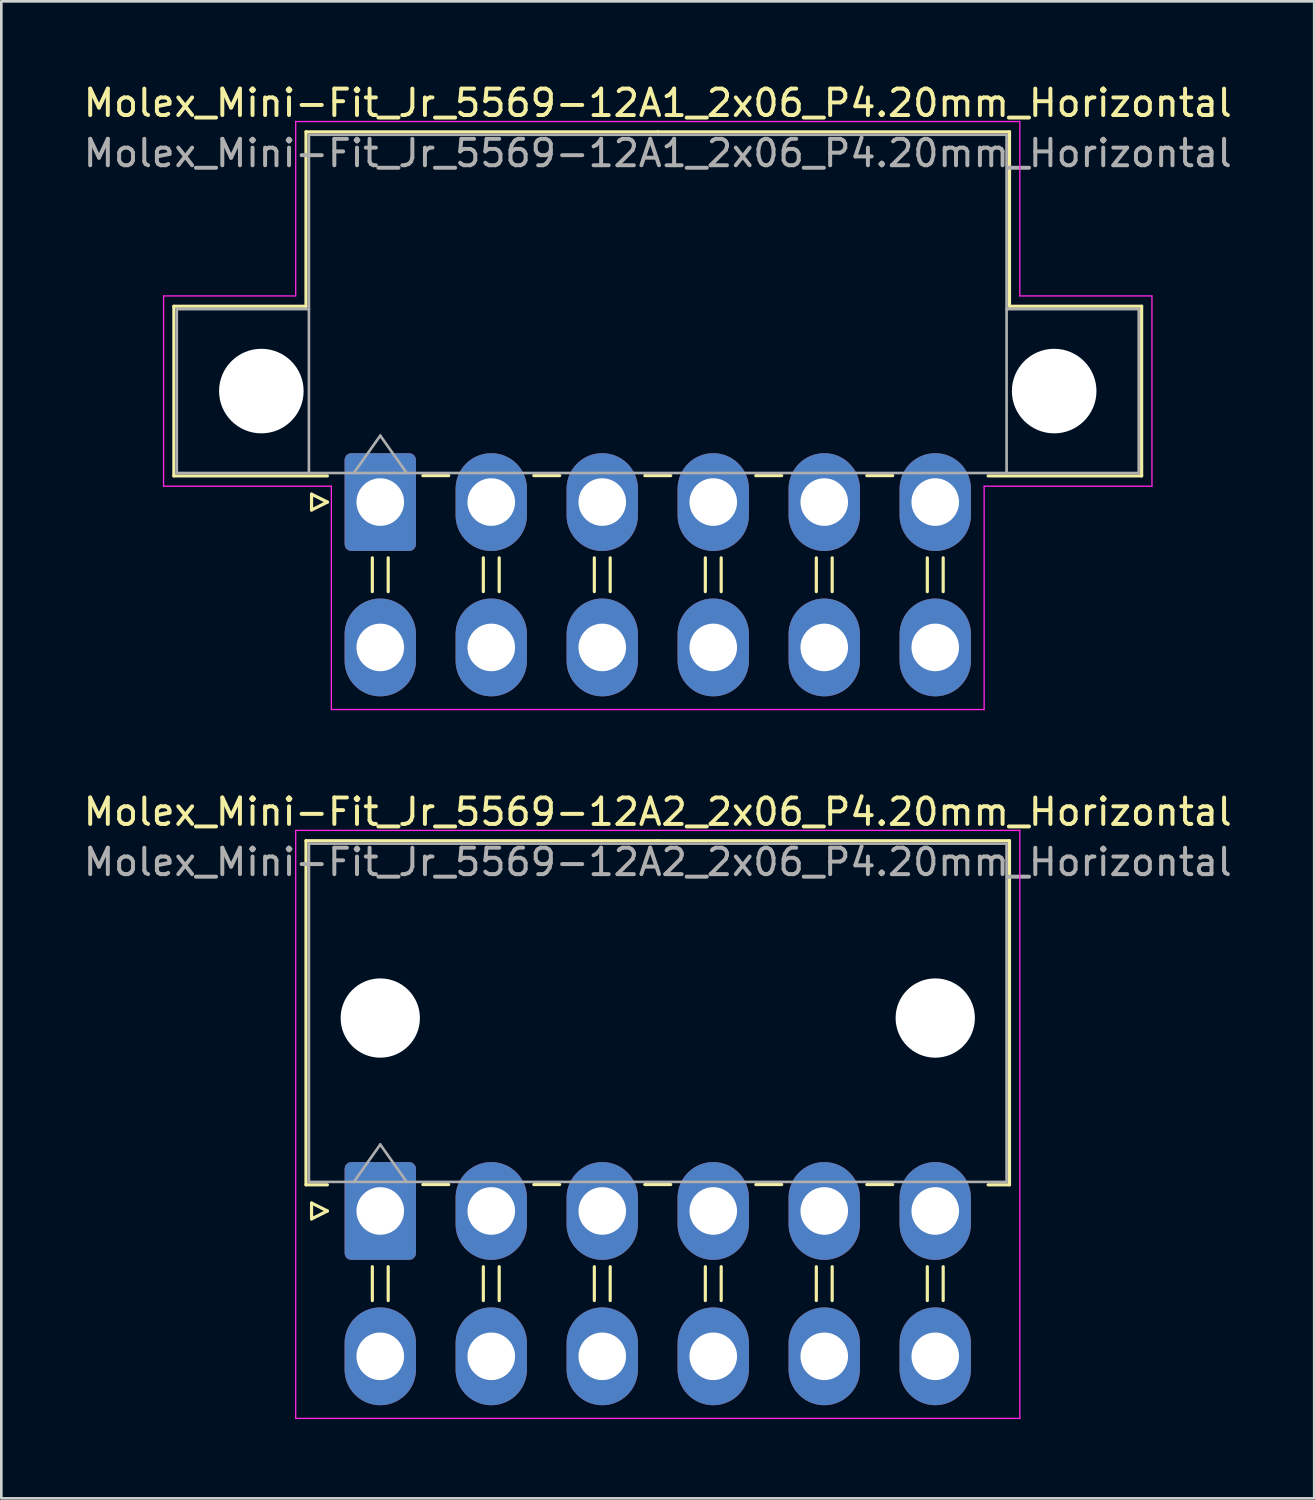
<source format=kicad_pcb>
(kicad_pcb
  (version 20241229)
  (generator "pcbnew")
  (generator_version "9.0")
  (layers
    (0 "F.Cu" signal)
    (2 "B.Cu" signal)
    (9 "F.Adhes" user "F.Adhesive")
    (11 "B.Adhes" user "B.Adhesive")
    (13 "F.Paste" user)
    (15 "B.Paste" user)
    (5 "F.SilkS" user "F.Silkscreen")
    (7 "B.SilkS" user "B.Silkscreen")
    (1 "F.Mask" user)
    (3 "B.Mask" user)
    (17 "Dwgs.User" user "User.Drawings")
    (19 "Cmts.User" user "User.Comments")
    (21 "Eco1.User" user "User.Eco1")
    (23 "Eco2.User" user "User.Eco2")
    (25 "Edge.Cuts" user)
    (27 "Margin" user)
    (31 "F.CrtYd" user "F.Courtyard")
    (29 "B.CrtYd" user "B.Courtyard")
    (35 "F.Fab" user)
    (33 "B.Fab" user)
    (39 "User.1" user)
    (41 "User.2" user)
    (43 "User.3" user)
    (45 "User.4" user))
  (footprint "Molex_Mini-Fit_Jr_5569-12A1_2x06_P4.20mm_Horizontal"
    (layer "F.Cu")
    (at 11.339 15.948)
    (property "Reference" "Molex_Mini-Fit_Jr_5569-12A1_2x06_P4.20mm_Horizontal" (at 10.5 -15.1 0) (layer "F.SilkS") (effects (font (size 1 1) (thickness 0.15))))
    (attr through_hole)
    (fp_line (start -7.81 -7.41) (end -7.81 -0.99) (stroke (width 0.12) (type solid)) (layer "F.SilkS"))
    (fp_line (start -7.81 -0.99) (end -2 -0.99) (stroke (width 0.12) (type solid)) (layer "F.SilkS"))
    (fp_line (start -2.81 -14.01) (end -2.81 -7.41) (stroke (width 0.12) (type solid)) (layer "F.SilkS"))
    (fp_line (start -2.81 -7.41) (end -7.81 -7.41) (stroke (width 0.12) (type solid)) (layer "F.SilkS"))
    (fp_line (start -2.6 -0.3) (end -2 0) (stroke (width 0.12) (type solid)) (layer "F.SilkS"))
    (fp_line (start -2.6 0.3) (end -2.6 -0.3) (stroke (width 0.12) (type solid)) (layer "F.SilkS"))
    (fp_line (start -2 0) (end -2.6 0.3) (stroke (width 0.12) (type solid)) (layer "F.SilkS"))
    (fp_line (start -0.3 2.11) (end -0.3 3.39) (stroke (width 0.12) (type solid)) (layer "F.SilkS"))
    (fp_line (start 0.3 2.11) (end 0.3 3.39) (stroke (width 0.12) (type solid)) (layer "F.SilkS"))
    (fp_line (start 1.61 -1) (end 2.59 -1) (stroke (width 0.12) (type solid)) (layer "F.SilkS"))
    (fp_line (start 3.9 2.11) (end 3.9 3.39) (stroke (width 0.12) (type solid)) (layer "F.SilkS"))
    (fp_line (start 4.5 2.11) (end 4.5 3.39) (stroke (width 0.12) (type solid)) (layer "F.SilkS"))
    (fp_line (start 5.81 -1) (end 6.79 -1) (stroke (width 0.12) (type solid)) (layer "F.SilkS"))
    (fp_line (start 8.1 2.11) (end 8.1 3.39) (stroke (width 0.12) (type solid)) (layer "F.SilkS"))
    (fp_line (start 8.7 2.11) (end 8.7 3.39) (stroke (width 0.12) (type solid)) (layer "F.SilkS"))
    (fp_line (start 10.01 -1) (end 10.99 -1) (stroke (width 0.12) (type solid)) (layer "F.SilkS"))
    (fp_line (start 10.5 -14.01) (end -2.81 -14.01) (stroke (width 0.12) (type solid)) (layer "F.SilkS"))
    (fp_line (start 10.5 -14.01) (end 23.81 -14.01) (stroke (width 0.12) (type solid)) (layer "F.SilkS"))
    (fp_line (start 12.3 2.11) (end 12.3 3.39) (stroke (width 0.12) (type solid)) (layer "F.SilkS"))
    (fp_line (start 12.9 2.11) (end 12.9 3.39) (stroke (width 0.12) (type solid)) (layer "F.SilkS"))
    (fp_line (start 14.21 -1) (end 15.19 -1) (stroke (width 0.12) (type solid)) (layer "F.SilkS"))
    (fp_line (start 16.5 2.11) (end 16.5 3.39) (stroke (width 0.12) (type solid)) (layer "F.SilkS"))
    (fp_line (start 17.1 2.11) (end 17.1 3.39) (stroke (width 0.12) (type solid)) (layer "F.SilkS"))
    (fp_line (start 18.41 -1) (end 19.39 -1) (stroke (width 0.12) (type solid)) (layer "F.SilkS"))
    (fp_line (start 20.7 2.11) (end 20.7 3.39) (stroke (width 0.12) (type solid)) (layer "F.SilkS"))
    (fp_line (start 21.3 2.11) (end 21.3 3.39) (stroke (width 0.12) (type solid)) (layer "F.SilkS"))
    (fp_line (start 23.81 -14.01) (end 23.81 -7.41) (stroke (width 0.12) (type solid)) (layer "F.SilkS"))
    (fp_line (start 23.81 -7.41) (end 28.81 -7.41) (stroke (width 0.12) (type solid)) (layer "F.SilkS"))
    (fp_line (start 28.81 -7.41) (end 28.81 -0.99) (stroke (width 0.12) (type solid)) (layer "F.SilkS"))
    (fp_line (start 28.81 -0.99) (end 23 -0.99) (stroke (width 0.12) (type solid)) (layer "F.SilkS"))
    (fp_line (start -8.2 -7.8) (end -8.2 -0.6) (stroke (width 0.05) (type solid)) (layer "F.CrtYd"))
    (fp_line (start -8.2 -0.6) (end -1.85 -0.6) (stroke (width 0.05) (type solid)) (layer "F.CrtYd"))
    (fp_line (start -3.2 -14.4) (end -3.2 -7.8) (stroke (width 0.05) (type solid)) (layer "F.CrtYd"))
    (fp_line (start -3.2 -7.8) (end -8.2 -7.8) (stroke (width 0.05) (type solid)) (layer "F.CrtYd"))
    (fp_line (start -1.85 -0.6) (end -1.85 7.85) (stroke (width 0.05) (type solid)) (layer "F.CrtYd"))
    (fp_line (start -1.85 7.85) (end 10.5 7.85) (stroke (width 0.05) (type solid)) (layer "F.CrtYd"))
    (fp_line (start 10.5 -14.4) (end -3.2 -14.4) (stroke (width 0.05) (type solid)) (layer "F.CrtYd"))
    (fp_line (start 10.5 -14.4) (end 24.2 -14.4) (stroke (width 0.05) (type solid)) (layer "F.CrtYd"))
    (fp_line (start 22.85 -0.6) (end 22.85 7.85) (stroke (width 0.05) (type solid)) (layer "F.CrtYd"))
    (fp_line (start 22.85 7.85) (end 10.5 7.85) (stroke (width 0.05) (type solid)) (layer "F.CrtYd"))
    (fp_line (start 24.2 -14.4) (end 24.2 -7.8) (stroke (width 0.05) (type solid)) (layer "F.CrtYd"))
    (fp_line (start 24.2 -7.8) (end 29.2 -7.8) (stroke (width 0.05) (type solid)) (layer "F.CrtYd"))
    (fp_line (start 29.2 -7.8) (end 29.2 -0.6) (stroke (width 0.05) (type solid)) (layer "F.CrtYd"))
    (fp_line (start 29.2 -0.6) (end 22.85 -0.6) (stroke (width 0.05) (type solid)) (layer "F.CrtYd"))
    (fp_line (start -7.7 -7.3) (end -7.7 -1.1) (stroke (width 0.1) (type solid)) (layer "F.Fab"))
    (fp_line (start -7.7 -1.1) (end -2.7 -1.1) (stroke (width 0.1) (type solid)) (layer "F.Fab"))
    (fp_line (start -2.7 -13.9) (end -2.7 -1.1) (stroke (width 0.1) (type solid)) (layer "F.Fab"))
    (fp_line (start -2.7 -7.3) (end -7.7 -7.3) (stroke (width 0.1) (type solid)) (layer "F.Fab"))
    (fp_line (start -2.7 -1.1) (end 23.7 -1.1) (stroke (width 0.1) (type solid)) (layer "F.Fab"))
    (fp_line (start -1 -1.1) (end 0 -2.514) (stroke (width 0.1) (type solid)) (layer "F.Fab"))
    (fp_line (start 0 -2.514) (end 1 -1.1) (stroke (width 0.1) (type solid)) (layer "F.Fab"))
    (fp_line (start 23.7 -13.9) (end -2.7 -13.9) (stroke (width 0.1) (type solid)) (layer "F.Fab"))
    (fp_line (start 23.7 -7.3) (end 28.7 -7.3) (stroke (width 0.1) (type solid)) (layer "F.Fab"))
    (fp_line (start 23.7 -1.1) (end 23.7 -13.9) (stroke (width 0.1) (type solid)) (layer "F.Fab"))
    (fp_line (start 28.7 -7.3) (end 28.7 -1.1) (stroke (width 0.1) (type solid)) (layer "F.Fab"))
    (fp_line (start 28.7 -1.1) (end 23.7 -1.1) (stroke (width 0.1) (type solid)) (layer "F.Fab"))
    (fp_text user "${REFERENCE}" (at 10.5 -13.2 0) (layer "F.Fab") (effects (font (size 1 1) (thickness 0.15))))
    (pad "" np_thru_hole circle (at -4.5 -4.2) (size 3.2 3.2) (drill 3.2) (layers "*.Cu" "*.Mask"))
    (pad "" np_thru_hole circle (at 25.5 -4.2) (size 3.2 3.2) (drill 3.2) (layers "*.Cu" "*.Mask"))
    (pad "1" thru_hole roundrect (at 0 0) (size 2.7 3.7) (drill 1.8) (layers "*.Cu" "*.Mask") (roundrect_rratio 0.093))
    (pad "2" thru_hole oval (at 4.2 0) (size 2.7 3.7) (drill 1.8) (layers "*.Cu" "*.Mask"))
    (pad "3" thru_hole oval (at 8.4 0) (size 2.7 3.7) (drill 1.8) (layers "*.Cu" "*.Mask"))
    (pad "4" thru_hole oval (at 12.6 0) (size 2.7 3.7) (drill 1.8) (layers "*.Cu" "*.Mask"))
    (pad "5" thru_hole oval (at 16.8 0) (size 2.7 3.7) (drill 1.8) (layers "*.Cu" "*.Mask"))
    (pad "6" thru_hole oval (at 21 0) (size 2.7 3.7) (drill 1.8) (layers "*.Cu" "*.Mask"))
    (pad "7" thru_hole oval (at 0 5.5) (size 2.7 3.7) (drill 1.8) (layers "*.Cu" "*.Mask"))
    (pad "8" thru_hole oval (at 4.2 5.5) (size 2.7 3.7) (drill 1.8) (layers "*.Cu" "*.Mask"))
    (pad "9" thru_hole oval (at 8.4 5.5) (size 2.7 3.7) (drill 1.8) (layers "*.Cu" "*.Mask"))
    (pad "10" thru_hole oval (at 12.6 5.5) (size 2.7 3.7) (drill 1.8) (layers "*.Cu" "*.Mask"))
    (pad "11" thru_hole oval (at 16.8 5.5) (size 2.7 3.7) (drill 1.8) (layers "*.Cu" "*.Mask"))
    (pad "12" thru_hole oval (at 21 5.5) (size 2.7 3.7) (drill 1.8) (layers "*.Cu" "*.Mask")))
  (footprint "Molex_Mini-Fit_Jr_5569-12A2_2x06_P4.20mm_Horizontal"
    (layer "F.Cu")
    (at 11.339 42.772)
    (property "Reference" "Molex_Mini-Fit_Jr_5569-12A2_2x06_P4.20mm_Horizontal" (at 10.5 -15.1 0) (layer "F.SilkS") (effects (font (size 1 1) (thickness 0.15))))
    (attr through_hole)
    (fp_line (start -2.81 -14.01) (end 10.5 -14.01) (stroke (width 0.12) (type solid)) (layer "F.SilkS"))
    (fp_line (start -2.81 -0.99) (end -2.81 -14.01) (stroke (width 0.12) (type solid)) (layer "F.SilkS"))
    (fp_line (start -2.6 -0.3) (end -2 0) (stroke (width 0.12) (type solid)) (layer "F.SilkS"))
    (fp_line (start -2.6 0.3) (end -2.6 -0.3) (stroke (width 0.12) (type solid)) (layer "F.SilkS"))
    (fp_line (start -2 -0.99) (end -2.81 -0.99) (stroke (width 0.12) (type solid)) (layer "F.SilkS"))
    (fp_line (start -2 0) (end -2.6 0.3) (stroke (width 0.12) (type solid)) (layer "F.SilkS"))
    (fp_line (start -0.3 2.11) (end -0.3 3.39) (stroke (width 0.12) (type solid)) (layer "F.SilkS"))
    (fp_line (start 0.3 2.11) (end 0.3 3.39) (stroke (width 0.12) (type solid)) (layer "F.SilkS"))
    (fp_line (start 1.61 -1) (end 2.59 -1) (stroke (width 0.12) (type solid)) (layer "F.SilkS"))
    (fp_line (start 3.9 2.11) (end 3.9 3.39) (stroke (width 0.12) (type solid)) (layer "F.SilkS"))
    (fp_line (start 4.5 2.11) (end 4.5 3.39) (stroke (width 0.12) (type solid)) (layer "F.SilkS"))
    (fp_line (start 5.81 -1) (end 6.79 -1) (stroke (width 0.12) (type solid)) (layer "F.SilkS"))
    (fp_line (start 8.1 2.11) (end 8.1 3.39) (stroke (width 0.12) (type solid)) (layer "F.SilkS"))
    (fp_line (start 8.7 2.11) (end 8.7 3.39) (stroke (width 0.12) (type solid)) (layer "F.SilkS"))
    (fp_line (start 10.01 -1) (end 10.99 -1) (stroke (width 0.12) (type solid)) (layer "F.SilkS"))
    (fp_line (start 12.3 2.11) (end 12.3 3.39) (stroke (width 0.12) (type solid)) (layer "F.SilkS"))
    (fp_line (start 12.9 2.11) (end 12.9 3.39) (stroke (width 0.12) (type solid)) (layer "F.SilkS"))
    (fp_line (start 14.21 -1) (end 15.19 -1) (stroke (width 0.12) (type solid)) (layer "F.SilkS"))
    (fp_line (start 16.5 2.11) (end 16.5 3.39) (stroke (width 0.12) (type solid)) (layer "F.SilkS"))
    (fp_line (start 17.1 2.11) (end 17.1 3.39) (stroke (width 0.12) (type solid)) (layer "F.SilkS"))
    (fp_line (start 18.41 -1) (end 19.39 -1) (stroke (width 0.12) (type solid)) (layer "F.SilkS"))
    (fp_line (start 20.7 2.11) (end 20.7 3.39) (stroke (width 0.12) (type solid)) (layer "F.SilkS"))
    (fp_line (start 21.3 2.11) (end 21.3 3.39) (stroke (width 0.12) (type solid)) (layer "F.SilkS"))
    (fp_line (start 23 -0.99) (end 23.81 -0.99) (stroke (width 0.12) (type solid)) (layer "F.SilkS"))
    (fp_line (start 23.81 -14.01) (end 10.5 -14.01) (stroke (width 0.12) (type solid)) (layer "F.SilkS"))
    (fp_line (start 23.81 -0.99) (end 23.81 -14.01) (stroke (width 0.12) (type solid)) (layer "F.SilkS"))
    (fp_line (start -3.2 -14.4) (end -3.2 7.85) (stroke (width 0.05) (type solid)) (layer "F.CrtYd"))
    (fp_line (start -3.2 7.85) (end 24.2 7.85) (stroke (width 0.05) (type solid)) (layer "F.CrtYd"))
    (fp_line (start 24.2 -14.4) (end -3.2 -14.4) (stroke (width 0.05) (type solid)) (layer "F.CrtYd"))
    (fp_line (start 24.2 7.85) (end 24.2 -14.4) (stroke (width 0.05) (type solid)) (layer "F.CrtYd"))
    (fp_line (start -2.7 -13.9) (end -2.7 -1.1) (stroke (width 0.1) (type solid)) (layer "F.Fab"))
    (fp_line (start -2.7 -1.1) (end 23.7 -1.1) (stroke (width 0.1) (type solid)) (layer "F.Fab"))
    (fp_line (start -1 -1.1) (end 0 -2.514) (stroke (width 0.1) (type solid)) (layer "F.Fab"))
    (fp_line (start 0 -2.514) (end 1 -1.1) (stroke (width 0.1) (type solid)) (layer "F.Fab"))
    (fp_line (start 23.7 -13.9) (end -2.7 -13.9) (stroke (width 0.1) (type solid)) (layer "F.Fab"))
    (fp_line (start 23.7 -1.1) (end 23.7 -13.9) (stroke (width 0.1) (type solid)) (layer "F.Fab"))
    (fp_text user "${REFERENCE}" (at 10.5 -13.2 0) (layer "F.Fab") (effects (font (size 1 1) (thickness 0.15))))
    (pad "" np_thru_hole circle (at 0 -7.3) (size 3 3) (drill 3) (layers "*.Cu" "*.Mask"))
    (pad "" np_thru_hole circle (at 21 -7.3) (size 3 3) (drill 3) (layers "*.Cu" "*.Mask"))
    (pad "1" thru_hole roundrect (at 0 0) (size 2.7 3.7) (drill 1.8) (layers "*.Cu" "*.Mask") (roundrect_rratio 0.093))
    (pad "2" thru_hole oval (at 4.2 0) (size 2.7 3.7) (drill 1.8) (layers "*.Cu" "*.Mask"))
    (pad "3" thru_hole oval (at 8.4 0) (size 2.7 3.7) (drill 1.8) (layers "*.Cu" "*.Mask"))
    (pad "4" thru_hole oval (at 12.6 0) (size 2.7 3.7) (drill 1.8) (layers "*.Cu" "*.Mask"))
    (pad "5" thru_hole oval (at 16.8 0) (size 2.7 3.7) (drill 1.8) (layers "*.Cu" "*.Mask"))
    (pad "6" thru_hole oval (at 21 0) (size 2.7 3.7) (drill 1.8) (layers "*.Cu" "*.Mask"))
    (pad "7" thru_hole oval (at 0 5.5) (size 2.7 3.7) (drill 1.8) (layers "*.Cu" "*.Mask"))
    (pad "8" thru_hole oval (at 4.2 5.5) (size 2.7 3.7) (drill 1.8) (layers "*.Cu" "*.Mask"))
    (pad "9" thru_hole oval (at 8.4 5.5) (size 2.7 3.7) (drill 1.8) (layers "*.Cu" "*.Mask"))
    (pad "10" thru_hole oval (at 12.6 5.5) (size 2.7 3.7) (drill 1.8) (layers "*.Cu" "*.Mask"))
    (pad "11" thru_hole oval (at 16.8 5.5) (size 2.7 3.7) (drill 1.8) (layers "*.Cu" "*.Mask"))
    (pad "12" thru_hole oval (at 21 5.5) (size 2.7 3.7) (drill 1.8) (layers "*.Cu" "*.Mask")))
  (gr_rect
    (start -3 -3)
    (end 46.679 53.647)
    (stroke (width 0.1) (type default))
    (fill no)
    (layer "Edge.Cuts")))
</source>
